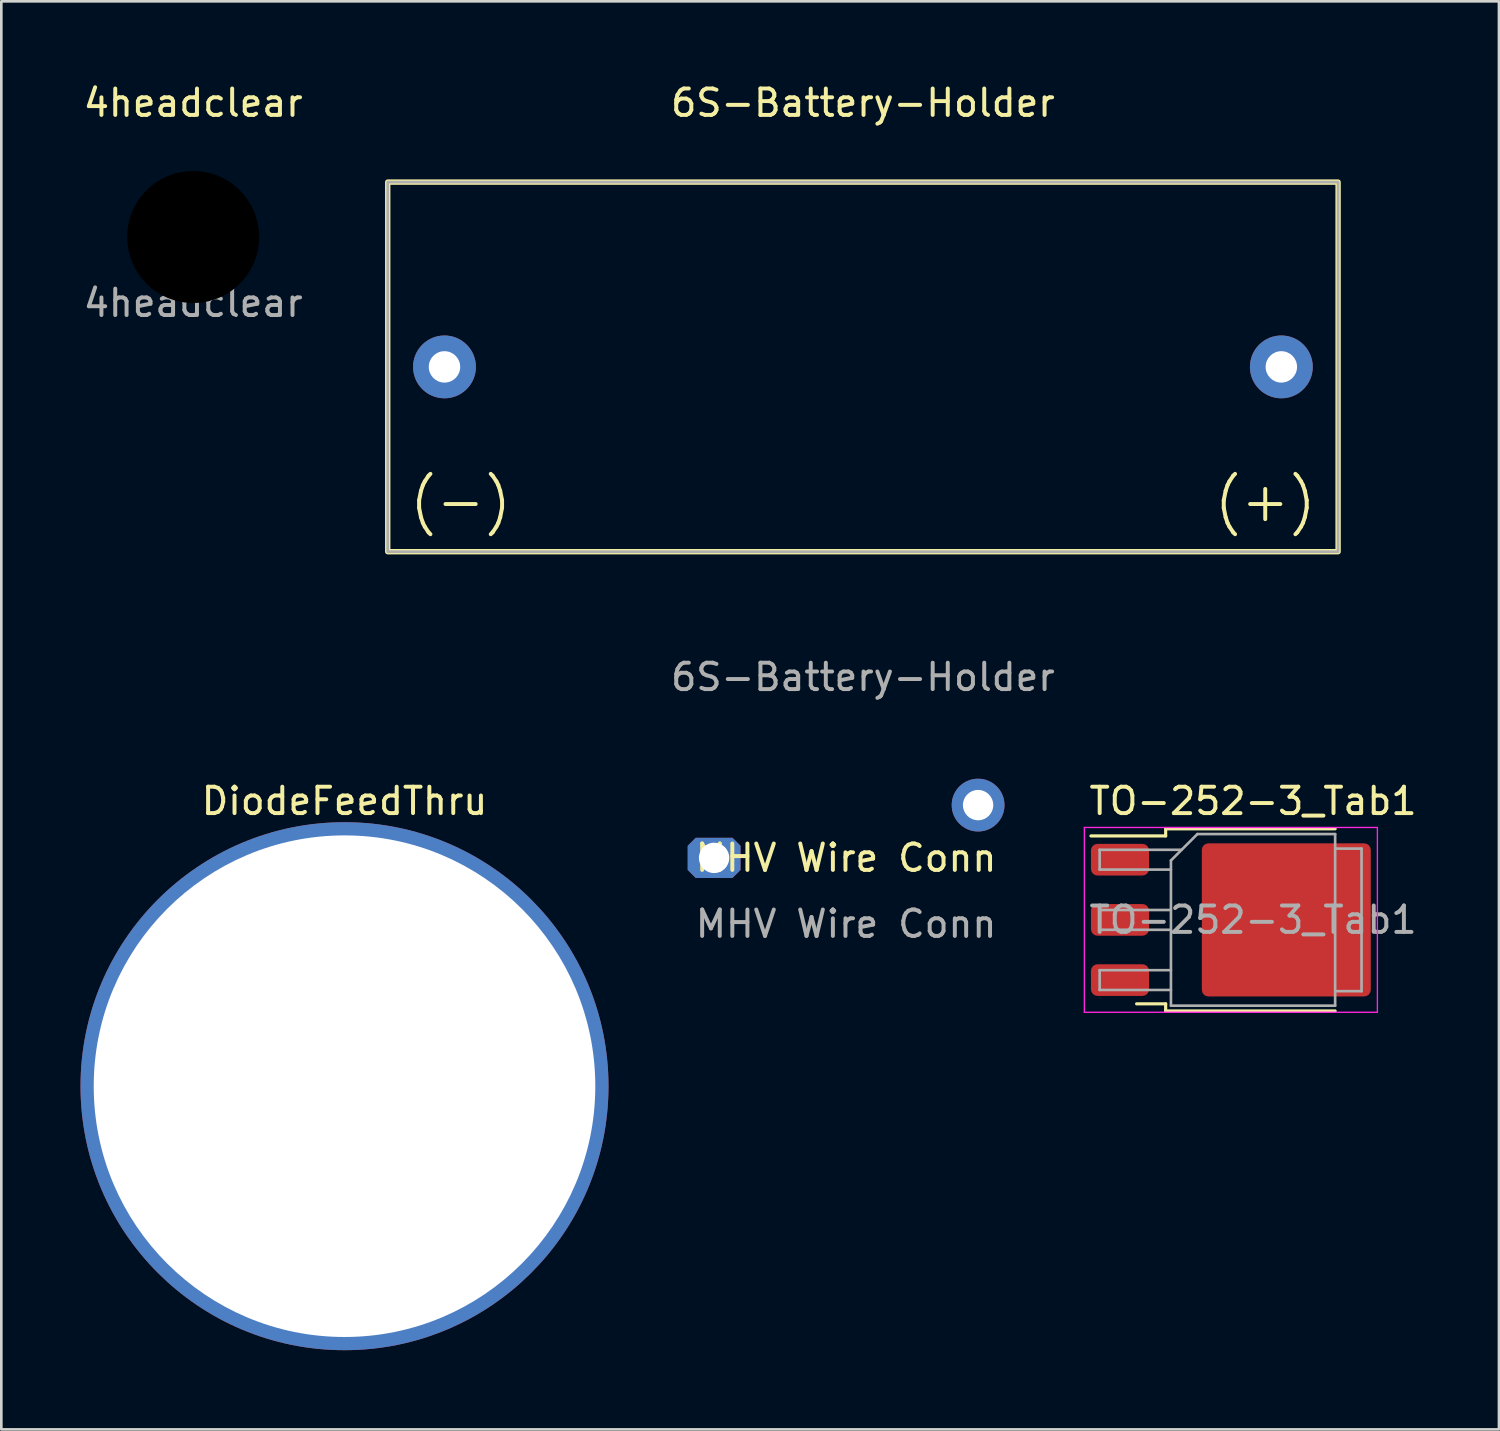
<source format=kicad_pcb>
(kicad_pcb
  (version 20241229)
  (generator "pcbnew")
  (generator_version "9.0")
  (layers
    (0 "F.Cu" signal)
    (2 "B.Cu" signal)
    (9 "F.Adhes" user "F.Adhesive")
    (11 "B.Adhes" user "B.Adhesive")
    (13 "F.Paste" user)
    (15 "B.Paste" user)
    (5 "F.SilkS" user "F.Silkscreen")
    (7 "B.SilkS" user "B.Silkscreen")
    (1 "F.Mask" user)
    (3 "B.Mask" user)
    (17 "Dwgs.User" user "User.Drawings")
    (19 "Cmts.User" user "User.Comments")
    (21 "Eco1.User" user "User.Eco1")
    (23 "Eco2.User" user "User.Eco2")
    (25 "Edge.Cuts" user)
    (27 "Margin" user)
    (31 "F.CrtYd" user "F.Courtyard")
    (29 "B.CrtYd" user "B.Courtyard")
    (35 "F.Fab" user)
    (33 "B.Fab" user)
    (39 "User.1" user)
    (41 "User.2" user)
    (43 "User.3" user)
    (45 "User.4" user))
  (footprint "TO-252-3_Tab1"
    (layer "F.Cu")
    (at 44.415 31.795)
    (property "Reference" "TO-252-3_Tab1" (at 0 -4.5 0) (layer "F.SilkS") (effects (font (size 1 1) (thickness 0.15))))
    (attr smd)
    (fp_line (start -3.31 -3.45) (end -3.31 -3.18) (stroke (width 0.12) (type solid)) (layer "F.SilkS"))
    (fp_line (start -3.31 -3.18) (end -6.14 -3.18) (stroke (width 0.12) (type solid)) (layer "F.SilkS"))
    (fp_line (start -3.31 3.18) (end -4.41 3.18) (stroke (width 0.12) (type solid)) (layer "F.SilkS"))
    (fp_line (start -3.31 3.45) (end -3.31 3.18) (stroke (width 0.12) (type solid)) (layer "F.SilkS"))
    (fp_line (start 3.11 -3.45) (end -3.31 -3.45) (stroke (width 0.12) (type solid)) (layer "F.SilkS"))
    (fp_line (start 3.11 3.45) (end -3.31 3.45) (stroke (width 0.12) (type solid)) (layer "F.SilkS"))
    (fp_line (start -6.39 -3.5) (end -6.39 3.5) (stroke (width 0.05) (type solid)) (layer "F.CrtYd"))
    (fp_line (start -6.39 3.5) (end 4.71 3.5) (stroke (width 0.05) (type solid)) (layer "F.CrtYd"))
    (fp_line (start 4.71 -3.5) (end -6.39 -3.5) (stroke (width 0.05) (type solid)) (layer "F.CrtYd"))
    (fp_line (start 4.71 3.5) (end 4.71 -3.5) (stroke (width 0.05) (type solid)) (layer "F.CrtYd"))
    (fp_line (start -5.81 -2.655) (end -5.81 -1.905) (stroke (width 0.1) (type solid)) (layer "F.Fab"))
    (fp_line (start -5.81 -1.905) (end -3.11 -1.905) (stroke (width 0.1) (type solid)) (layer "F.Fab"))
    (fp_line (start -5.81 -0.375) (end -5.81 0.375) (stroke (width 0.1) (type solid)) (layer "F.Fab"))
    (fp_line (start -5.81 0.375) (end -3.11 0.375) (stroke (width 0.1) (type solid)) (layer "F.Fab"))
    (fp_line (start -5.81 1.905) (end -5.81 2.655) (stroke (width 0.1) (type solid)) (layer "F.Fab"))
    (fp_line (start -5.81 2.655) (end -3.11 2.655) (stroke (width 0.1) (type solid)) (layer "F.Fab"))
    (fp_line (start -3.11 -2.25) (end -2.11 -3.25) (stroke (width 0.1) (type solid)) (layer "F.Fab"))
    (fp_line (start -3.11 -0.375) (end -5.81 -0.375) (stroke (width 0.1) (type solid)) (layer "F.Fab"))
    (fp_line (start -3.11 1.905) (end -5.81 1.905) (stroke (width 0.1) (type solid)) (layer "F.Fab"))
    (fp_line (start -3.11 3.25) (end -3.11 -2.25) (stroke (width 0.1) (type solid)) (layer "F.Fab"))
    (fp_line (start -2.705 -2.655) (end -5.81 -2.655) (stroke (width 0.1) (type solid)) (layer "F.Fab"))
    (fp_line (start -2.11 -3.25) (end 3.11 -3.25) (stroke (width 0.1) (type solid)) (layer "F.Fab"))
    (fp_line (start 3.11 -3.25) (end 3.11 3.25) (stroke (width 0.1) (type solid)) (layer "F.Fab"))
    (fp_line (start 3.11 -2.7) (end 4.11 -2.7) (stroke (width 0.1) (type solid)) (layer "F.Fab"))
    (fp_line (start 3.11 3.25) (end -3.11 3.25) (stroke (width 0.1) (type solid)) (layer "F.Fab"))
    (fp_line (start 4.11 -2.7) (end 4.11 2.7) (stroke (width 0.1) (type solid)) (layer "F.Fab"))
    (fp_line (start 4.11 2.7) (end 3.11 2.7) (stroke (width 0.1) (type solid)) (layer "F.Fab"))
    (fp_text user "${REFERENCE}" (at 0 0 0) (layer "F.Fab") (effects (font (size 1 1) (thickness 0.15))))
    (pad "1" smd roundrect (at -5.04 -2.28) (size 2.2 1.2) (layers "F.Cu" "F.Mask" "F.Paste") (roundrect_rratio 0.208))
    (pad "1" smd roundrect (at 1.26 0) (size 6.4 5.8) (layers "F.Cu" "F.Mask") (roundrect_rratio 0.043))
    (pad "2" smd roundrect (at -5.04 0) (size 2.2 1.2) (layers "F.Cu" "F.Mask" "F.Paste") (roundrect_rratio 0.208))
    (pad "3" smd roundrect (at -5.04 2.28) (size 2.2 1.2) (layers "F.Cu" "F.Mask" "F.Paste") (roundrect_rratio 0.208)))
  (footprint "4headclear"
    (layer "F.Cu")
    (at 4.268 5.928)
    (property "Reference" "4headclear" (at 0 -5.08 0) (unlocked yes) (layer "F.SilkS") (effects (font (size 1 1) (thickness 0.15))))
    (attr through_hole)
    (fp_text user "${REFERENCE}" (at 0 2.5 0) (unlocked yes) (layer "F.Fab") (effects (font (size 1 1) (thickness 0.15))))
    (pad "" np_thru_hole circle (at 0 0) (size 5 5) (drill 5) (layers "*.Mask")))
  (footprint "MHV Wire Conn"
    (layer "F.Cu")
    (at 29 29.447)
    (property "Reference" "MHV Wire Conn" (at 0 0 0) (unlocked yes) (layer "F.SilkS") (effects (font (size 1 1) (thickness 0.15))))
    (attr through_hole)
    (fp_text user "${REFERENCE}" (at 0 2.5 0) (unlocked yes) (layer "F.Fab") (effects (font (size 1 1) (thickness 0.15))))
    (pad "1" thru_hole roundrect (at -5 0) (size 2 1.524) (drill 1.15) (layers "*.Cu" "*.Mask") (roundrect_rratio 0) (chamfer_ratio 0.2) (chamfer top_left top_right bottom_left bottom_right))
    (pad "2" thru_hole circle (at 5 -2) (size 2 2) (drill 1.15) (layers "*.Cu" "*.Mask")))
  (footprint "6S-Battery-Holder"
    (layer "F.Cu")
    (at 29.637 10.848)
    (property "Reference" "6S-Battery-Holder" (at 0 -10 0) (unlocked yes) (layer "F.SilkS") (effects (font (size 1 1) (thickness 0.15))))
    (attr through_hole)
    (fp_rect (start -18 7) (end 18 -7) (stroke (width 0.203) (type solid)) (fill no) (layer "F.SilkS"))
    (fp_rect (start -18 -7) (end 18 7) (stroke (width 0.102) (type solid)) (fill no) (layer "F.Fab"))
    (fp_text user "(+)" (at 15.24 5.08 0) (unlocked yes) (layer "F.SilkS") (effects (font (size 1.5 1.5) (thickness 0.15))))
    (fp_text user "(-)" (at -15.24 5.08 0) (unlocked yes) (layer "F.SilkS") (effects (font (size 1.5 1.5) (thickness 0.15))))
    (fp_text user "${REFERENCE}" (at 0 11.75 0) (unlocked yes) (layer "F.Fab") (effects (font (size 1 1) (thickness 0.15))))
    (pad "1" thru_hole circle (at 15.85 0) (size 2.38 2.38) (drill 1.19) (layers "*.Cu" "*.Mask"))
    (pad "2" thru_hole circle (at -15.85 0) (size 2.38 2.38) (drill 1.19) (layers "*.Cu" "*.Mask")))
  (footprint "DiodeFeedThru"
    (layer "F.Cu")
    (at 10 38.095)
    (property "Reference" "DiodeFeedThru" (at 0 -10.8 0) (unlocked yes) (layer "F.SilkS") (effects (font (size 1 1) (thickness 0.15))))
    (attr through_hole)
    (pad "" np_thru_hole circle (at 0 0) (size 20 20) (drill 19) (layers "*.Cu" "*.Mask")))
  (gr_rect
    (start -3 -3)
    (end 53.73 51.095)
    (stroke (width 0.1) (type default))
    (fill no)
    (layer "Edge.Cuts")))
</source>
